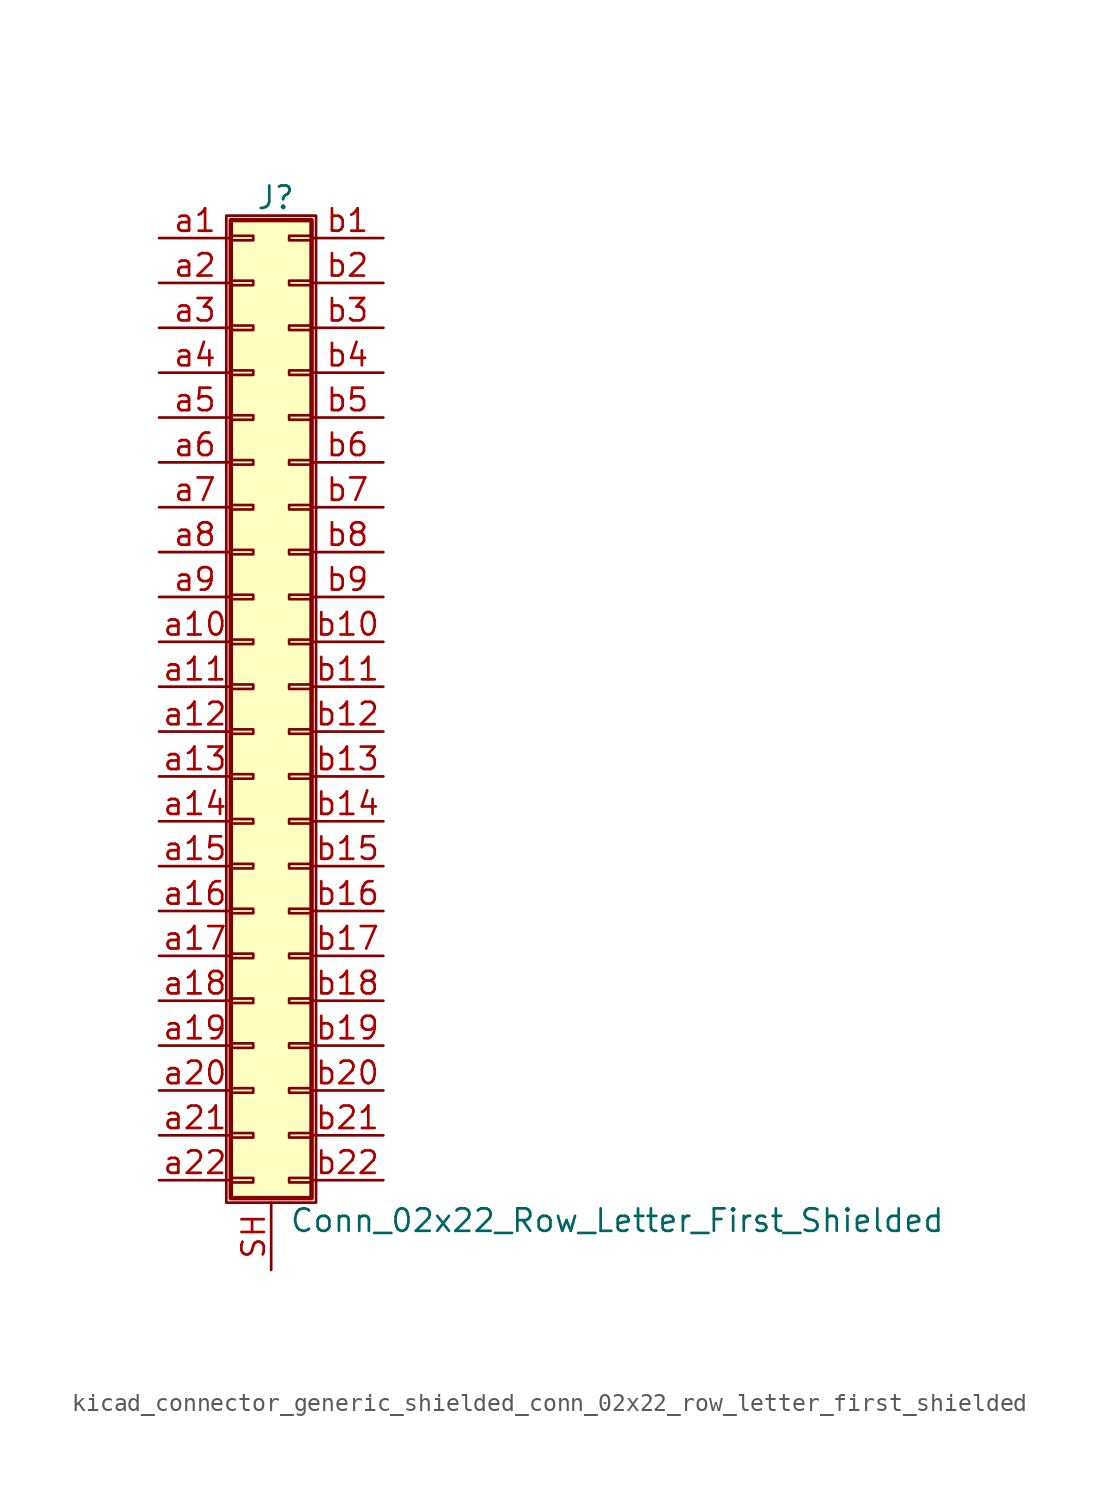
<source format=kicad_sym>
(kicad_symbol_lib
  (version 20220914)
  (generator kicad_symbol_editor)
  (symbol "kicad_connector_generic_shielded_conn_02x22_row_letter_first_shielded"
    (pin_names
      (offset 1.016) hide)
    (property "Reference" "J"
      (at 1.524 27.686 0)
      (effects (font (size 1.27 1.27))))
    (property "Value" "Conn_02x22_Row_Letter_First_Shielded"
      (at 2.286 -30.226 0)
      (effects (font (size 1.27 1.27)) (justify left)))
    (symbol "kicad_connector_generic_shielded_conn_02x22_row_letter_first_shielded_1_1"
      (rectangle (start -1.27 26.67) (end 3.81 -29.21) (stroke (width 0.152) (type default)) (fill (type none)))
      (rectangle (start -1.016 -27.813) (end 0.254 -28.067) (stroke (width 0.152) (type default)) (fill (type none)))
      (rectangle (start -1.016 -25.273) (end 0.254 -25.527) (stroke (width 0.152) (type default)) (fill (type none)))
      (rectangle (start -1.016 -22.733) (end 0.254 -22.987) (stroke (width 0.152) (type default)) (fill (type none)))
      (rectangle (start -1.016 -20.193) (end 0.254 -20.447) (stroke (width 0.152) (type default)) (fill (type none)))
      (rectangle (start -1.016 -17.653) (end 0.254 -17.907) (stroke (width 0.152) (type default)) (fill (type none)))
      (rectangle (start -1.016 -15.113) (end 0.254 -15.367) (stroke (width 0.152) (type default)) (fill (type none)))
      (rectangle (start -1.016 -12.573) (end 0.254 -12.827) (stroke (width 0.152) (type default)) (fill (type none)))
      (rectangle (start -1.016 -10.033) (end 0.254 -10.287) (stroke (width 0.152) (type default)) (fill (type none)))
      (rectangle (start -1.016 -7.493) (end 0.254 -7.747) (stroke (width 0.152) (type default)) (fill (type none)))
      (rectangle (start -1.016 -4.953) (end 0.254 -5.207) (stroke (width 0.152) (type default)) (fill (type none)))
      (rectangle (start -1.016 -2.413) (end 0.254 -2.667) (stroke (width 0.152) (type default)) (fill (type none)))
      (rectangle (start -1.016 0.127) (end 0.254 -0.127) (stroke (width 0.152) (type default)) (fill (type none)))
      (rectangle (start -1.016 2.667) (end 0.254 2.413) (stroke (width 0.152) (type default)) (fill (type none)))
      (rectangle (start -1.016 5.207) (end 0.254 4.953) (stroke (width 0.152) (type default)) (fill (type none)))
      (rectangle (start -1.016 7.747) (end 0.254 7.493) (stroke (width 0.152) (type default)) (fill (type none)))
      (rectangle (start -1.016 10.287) (end 0.254 10.033) (stroke (width 0.152) (type default)) (fill (type none)))
      (rectangle (start -1.016 12.827) (end 0.254 12.573) (stroke (width 0.152) (type default)) (fill (type none)))
      (rectangle (start -1.016 15.367) (end 0.254 15.113) (stroke (width 0.152) (type default)) (fill (type none)))
      (rectangle (start -1.016 17.907) (end 0.254 17.653) (stroke (width 0.152) (type default)) (fill (type none)))
      (rectangle (start -1.016 20.447) (end 0.254 20.193) (stroke (width 0.152) (type default)) (fill (type none)))
      (rectangle (start -1.016 22.987) (end 0.254 22.733) (stroke (width 0.152) (type default)) (fill (type none)))
      (rectangle (start -1.016 25.527) (end 0.254 25.273) (stroke (width 0.152) (type default)) (fill (type none)))
      (rectangle (start -1.016 26.416) (end 3.556 -28.956) (stroke (width 0.254) (type default)) (fill (type background)))
      (rectangle (start 3.556 -27.813) (end 2.286 -28.067) (stroke (width 0.152) (type default)) (fill (type none)))
      (rectangle (start 3.556 -25.273) (end 2.286 -25.527) (stroke (width 0.152) (type default)) (fill (type none)))
      (rectangle (start 3.556 -22.733) (end 2.286 -22.987) (stroke (width 0.152) (type default)) (fill (type none)))
      (rectangle (start 3.556 -20.193) (end 2.286 -20.447) (stroke (width 0.152) (type default)) (fill (type none)))
      (rectangle (start 3.556 -17.653) (end 2.286 -17.907) (stroke (width 0.152) (type default)) (fill (type none)))
      (rectangle (start 3.556 -15.113) (end 2.286 -15.367) (stroke (width 0.152) (type default)) (fill (type none)))
      (rectangle (start 3.556 -12.573) (end 2.286 -12.827) (stroke (width 0.152) (type default)) (fill (type none)))
      (rectangle (start 3.556 -10.033) (end 2.286 -10.287) (stroke (width 0.152) (type default)) (fill (type none)))
      (rectangle (start 3.556 -7.493) (end 2.286 -7.747) (stroke (width 0.152) (type default)) (fill (type none)))
      (rectangle (start 3.556 -4.953) (end 2.286 -5.207) (stroke (width 0.152) (type default)) (fill (type none)))
      (rectangle (start 3.556 -2.413) (end 2.286 -2.667) (stroke (width 0.152) (type default)) (fill (type none)))
      (rectangle (start 3.556 0.127) (end 2.286 -0.127) (stroke (width 0.152) (type default)) (fill (type none)))
      (rectangle (start 3.556 2.667) (end 2.286 2.413) (stroke (width 0.152) (type default)) (fill (type none)))
      (rectangle (start 3.556 5.207) (end 2.286 4.953) (stroke (width 0.152) (type default)) (fill (type none)))
      (rectangle (start 3.556 7.747) (end 2.286 7.493) (stroke (width 0.152) (type default)) (fill (type none)))
      (rectangle (start 3.556 10.287) (end 2.286 10.033) (stroke (width 0.152) (type default)) (fill (type none)))
      (rectangle (start 3.556 12.827) (end 2.286 12.573) (stroke (width 0.152) (type default)) (fill (type none)))
      (rectangle (start 3.556 15.367) (end 2.286 15.113) (stroke (width 0.152) (type default)) (fill (type none)))
      (rectangle (start 3.556 17.907) (end 2.286 17.653) (stroke (width 0.152) (type default)) (fill (type none)))
      (rectangle (start 3.556 20.447) (end 2.286 20.193) (stroke (width 0.152) (type default)) (fill (type none)))
      (rectangle (start 3.556 22.987) (end 2.286 22.733) (stroke (width 0.152) (type default)) (fill (type none)))
      (rectangle (start 3.556 25.527) (end 2.286 25.273) (stroke (width 0.152) (type default)) (fill (type none)))
      (pin passive line (at 1.27 -33.02 90) (length 3.81) (name "Shield" (effects (font (size 1.27 1.27)))) (number "SH" (effects (font (size 1.27 1.27)))))
      (pin passive line (at -5.08 25.4 0) (length 4.064) (name "Pin_a1" (effects (font (size 1.27 1.27)))) (number "a1" (effects (font (size 1.27 1.27)))))
      (pin passive line (at -5.08 2.54 0) (length 4.064) (name "Pin_a10" (effects (font (size 1.27 1.27)))) (number "a10" (effects (font (size 1.27 1.27)))))
      (pin passive line (at -5.08 0 0) (length 4.064) (name "Pin_a11" (effects (font (size 1.27 1.27)))) (number "a11" (effects (font (size 1.27 1.27)))))
      (pin passive line (at -5.08 -2.54 0) (length 4.064) (name "Pin_a12" (effects (font (size 1.27 1.27)))) (number "a12" (effects (font (size 1.27 1.27)))))
      (pin passive line (at -5.08 -5.08 0) (length 4.064) (name "Pin_a13" (effects (font (size 1.27 1.27)))) (number "a13" (effects (font (size 1.27 1.27)))))
      (pin passive line (at -5.08 -7.62 0) (length 4.064) (name "Pin_a14" (effects (font (size 1.27 1.27)))) (number "a14" (effects (font (size 1.27 1.27)))))
      (pin passive line (at -5.08 -10.16 0) (length 4.064) (name "Pin_a15" (effects (font (size 1.27 1.27)))) (number "a15" (effects (font (size 1.27 1.27)))))
      (pin passive line (at -5.08 -12.7 0) (length 4.064) (name "Pin_a16" (effects (font (size 1.27 1.27)))) (number "a16" (effects (font (size 1.27 1.27)))))
      (pin passive line (at -5.08 -15.24 0) (length 4.064) (name "Pin_a17" (effects (font (size 1.27 1.27)))) (number "a17" (effects (font (size 1.27 1.27)))))
      (pin passive line (at -5.08 -17.78 0) (length 4.064) (name "Pin_a18" (effects (font (size 1.27 1.27)))) (number "a18" (effects (font (size 1.27 1.27)))))
      (pin passive line (at -5.08 -20.32 0) (length 4.064) (name "Pin_a19" (effects (font (size 1.27 1.27)))) (number "a19" (effects (font (size 1.27 1.27)))))
      (pin passive line (at -5.08 22.86 0) (length 4.064) (name "Pin_a2" (effects (font (size 1.27 1.27)))) (number "a2" (effects (font (size 1.27 1.27)))))
      (pin passive line (at -5.08 -22.86 0) (length 4.064) (name "Pin_a20" (effects (font (size 1.27 1.27)))) (number "a20" (effects (font (size 1.27 1.27)))))
      (pin passive line (at -5.08 -25.4 0) (length 4.064) (name "Pin_a21" (effects (font (size 1.27 1.27)))) (number "a21" (effects (font (size 1.27 1.27)))))
      (pin passive line (at -5.08 -27.94 0) (length 4.064) (name "Pin_a22" (effects (font (size 1.27 1.27)))) (number "a22" (effects (font (size 1.27 1.27)))))
      (pin passive line (at -5.08 20.32 0) (length 4.064) (name "Pin_a3" (effects (font (size 1.27 1.27)))) (number "a3" (effects (font (size 1.27 1.27)))))
      (pin passive line (at -5.08 17.78 0) (length 4.064) (name "Pin_a4" (effects (font (size 1.27 1.27)))) (number "a4" (effects (font (size 1.27 1.27)))))
      (pin passive line (at -5.08 15.24 0) (length 4.064) (name "Pin_a5" (effects (font (size 1.27 1.27)))) (number "a5" (effects (font (size 1.27 1.27)))))
      (pin passive line (at -5.08 12.7 0) (length 4.064) (name "Pin_a6" (effects (font (size 1.27 1.27)))) (number "a6" (effects (font (size 1.27 1.27)))))
      (pin passive line (at -5.08 10.16 0) (length 4.064) (name "Pin_a7" (effects (font (size 1.27 1.27)))) (number "a7" (effects (font (size 1.27 1.27)))))
      (pin passive line (at -5.08 7.62 0) (length 4.064) (name "Pin_a8" (effects (font (size 1.27 1.27)))) (number "a8" (effects (font (size 1.27 1.27)))))
      (pin passive line (at -5.08 5.08 0) (length 4.064) (name "Pin_a9" (effects (font (size 1.27 1.27)))) (number "a9" (effects (font (size 1.27 1.27)))))
      (pin passive line (at 7.62 25.4 180) (length 4.064) (name "Pin_b1" (effects (font (size 1.27 1.27)))) (number "b1" (effects (font (size 1.27 1.27)))))
      (pin passive line (at 7.62 2.54 180) (length 4.064) (name "Pin_b10" (effects (font (size 1.27 1.27)))) (number "b10" (effects (font (size 1.27 1.27)))))
      (pin passive line (at 7.62 0 180) (length 4.064) (name "Pin_b11" (effects (font (size 1.27 1.27)))) (number "b11" (effects (font (size 1.27 1.27)))))
      (pin passive line (at 7.62 -2.54 180) (length 4.064) (name "Pin_b12" (effects (font (size 1.27 1.27)))) (number "b12" (effects (font (size 1.27 1.27)))))
      (pin passive line (at 7.62 -5.08 180) (length 4.064) (name "Pin_b13" (effects (font (size 1.27 1.27)))) (number "b13" (effects (font (size 1.27 1.27)))))
      (pin passive line (at 7.62 -7.62 180) (length 4.064) (name "Pin_b14" (effects (font (size 1.27 1.27)))) (number "b14" (effects (font (size 1.27 1.27)))))
      (pin passive line (at 7.62 -10.16 180) (length 4.064) (name "Pin_b15" (effects (font (size 1.27 1.27)))) (number "b15" (effects (font (size 1.27 1.27)))))
      (pin passive line (at 7.62 -12.7 180) (length 4.064) (name "Pin_b16" (effects (font (size 1.27 1.27)))) (number "b16" (effects (font (size 1.27 1.27)))))
      (pin passive line (at 7.62 -15.24 180) (length 4.064) (name "Pin_b17" (effects (font (size 1.27 1.27)))) (number "b17" (effects (font (size 1.27 1.27)))))
      (pin passive line (at 7.62 -17.78 180) (length 4.064) (name "Pin_b18" (effects (font (size 1.27 1.27)))) (number "b18" (effects (font (size 1.27 1.27)))))
      (pin passive line (at 7.62 -20.32 180) (length 4.064) (name "Pin_b19" (effects (font (size 1.27 1.27)))) (number "b19" (effects (font (size 1.27 1.27)))))
      (pin passive line (at 7.62 22.86 180) (length 4.064) (name "Pin_b2" (effects (font (size 1.27 1.27)))) (number "b2" (effects (font (size 1.27 1.27)))))
      (pin passive line (at 7.62 -22.86 180) (length 4.064) (name "Pin_b20" (effects (font (size 1.27 1.27)))) (number "b20" (effects (font (size 1.27 1.27)))))
      (pin passive line (at 7.62 -25.4 180) (length 4.064) (name "Pin_b21" (effects (font (size 1.27 1.27)))) (number "b21" (effects (font (size 1.27 1.27)))))
      (pin passive line (at 7.62 -27.94 180) (length 4.064) (name "Pin_b22" (effects (font (size 1.27 1.27)))) (number "b22" (effects (font (size 1.27 1.27)))))
      (pin passive line (at 7.62 20.32 180) (length 4.064) (name "Pin_b3" (effects (font (size 1.27 1.27)))) (number "b3" (effects (font (size 1.27 1.27)))))
      (pin passive line (at 7.62 17.78 180) (length 4.064) (name "Pin_b4" (effects (font (size 1.27 1.27)))) (number "b4" (effects (font (size 1.27 1.27)))))
      (pin passive line (at 7.62 15.24 180) (length 4.064) (name "Pin_b5" (effects (font (size 1.27 1.27)))) (number "b5" (effects (font (size 1.27 1.27)))))
      (pin passive line (at 7.62 12.7 180) (length 4.064) (name "Pin_b6" (effects (font (size 1.27 1.27)))) (number "b6" (effects (font (size 1.27 1.27)))))
      (pin passive line (at 7.62 10.16 180) (length 4.064) (name "Pin_b7" (effects (font (size 1.27 1.27)))) (number "b7" (effects (font (size 1.27 1.27)))))
      (pin passive line (at 7.62 7.62 180) (length 4.064) (name "Pin_b8" (effects (font (size 1.27 1.27)))) (number "b8" (effects (font (size 1.27 1.27)))))
      (pin passive line (at 7.62 5.08 180) (length 4.064) (name "Pin_b9" (effects (font (size 1.27 1.27)))) (number "b9" (effects (font (size 1.27 1.27))))))))
</source>
